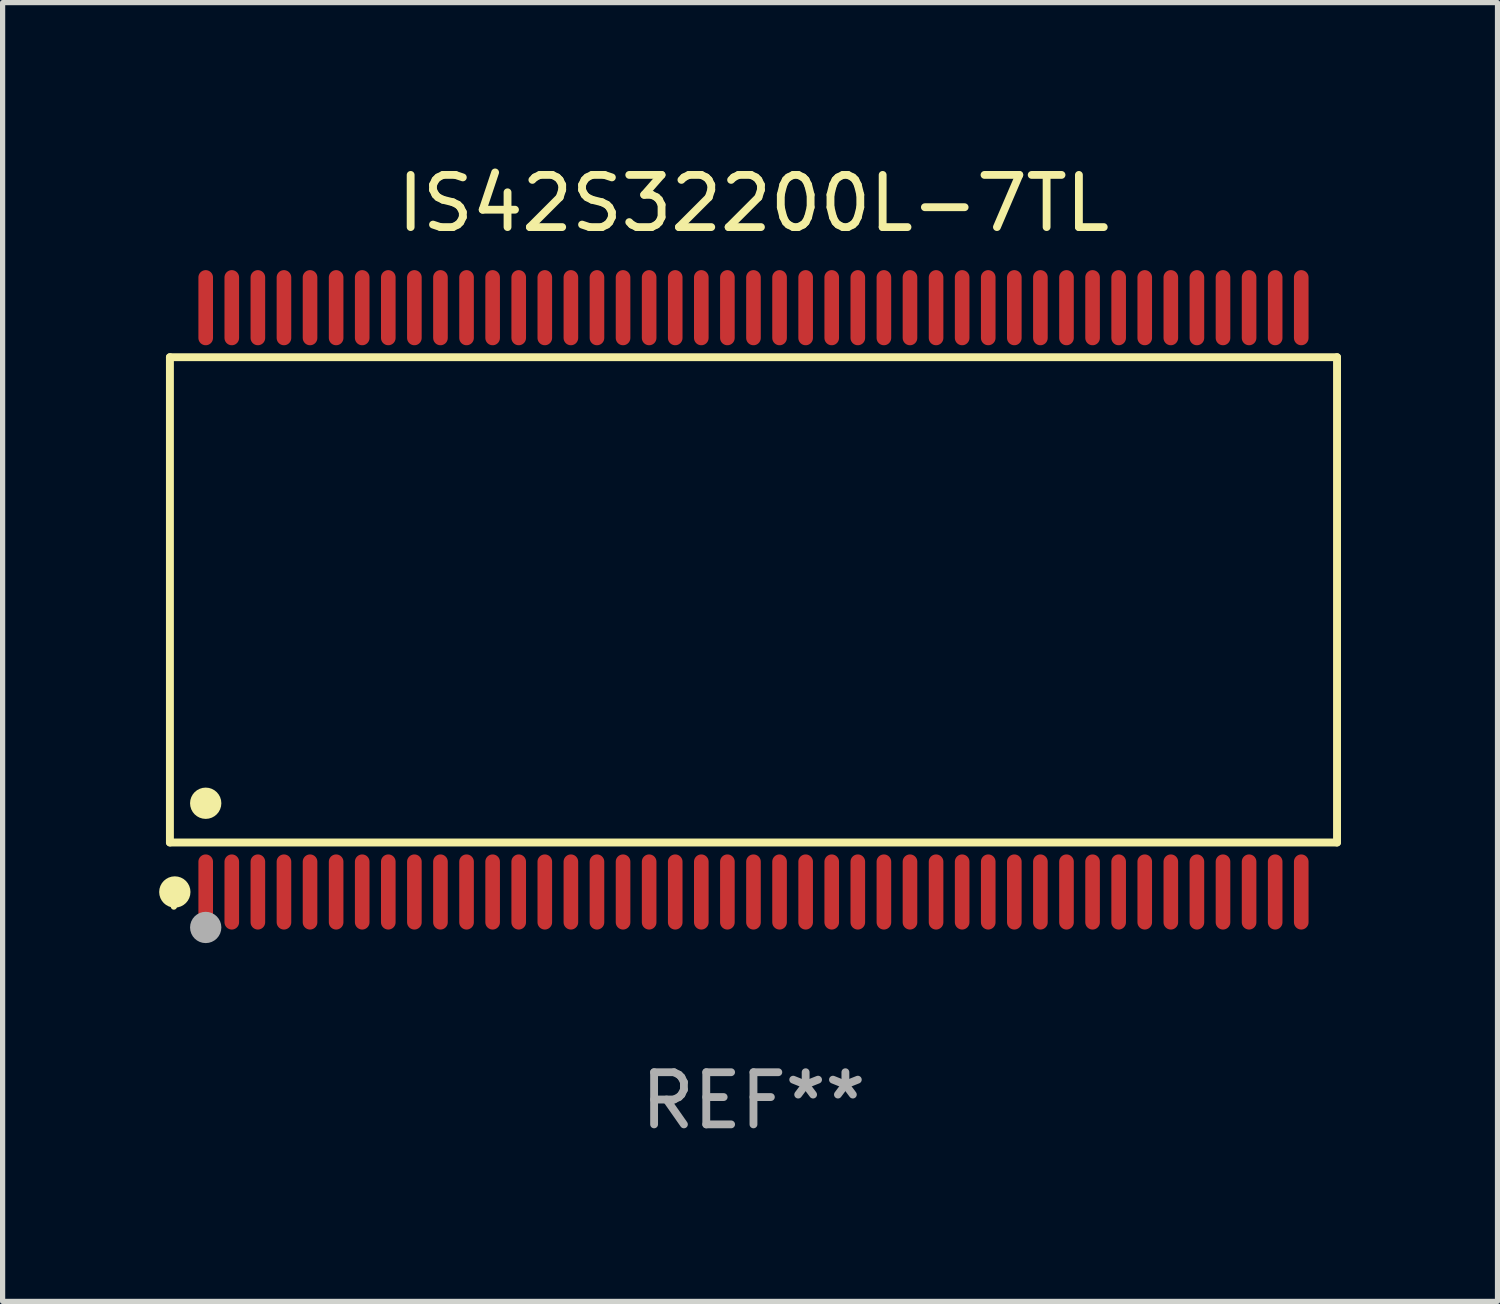
<source format=kicad_pcb>
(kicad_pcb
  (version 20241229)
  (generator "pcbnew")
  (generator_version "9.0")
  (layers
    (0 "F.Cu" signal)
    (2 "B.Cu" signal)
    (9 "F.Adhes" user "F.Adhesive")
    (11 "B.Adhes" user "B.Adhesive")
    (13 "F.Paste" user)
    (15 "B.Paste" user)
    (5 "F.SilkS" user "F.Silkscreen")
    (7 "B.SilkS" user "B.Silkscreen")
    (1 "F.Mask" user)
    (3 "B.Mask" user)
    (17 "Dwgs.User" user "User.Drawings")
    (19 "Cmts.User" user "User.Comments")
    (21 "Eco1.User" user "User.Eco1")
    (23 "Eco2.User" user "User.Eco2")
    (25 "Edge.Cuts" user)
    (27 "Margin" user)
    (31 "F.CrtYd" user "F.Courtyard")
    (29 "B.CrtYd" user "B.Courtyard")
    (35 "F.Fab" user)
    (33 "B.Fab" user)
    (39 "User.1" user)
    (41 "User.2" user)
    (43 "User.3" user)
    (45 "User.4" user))
  (footprint "IS42S32200L-7TL"
    (layer "F.Cu")
    (at 11.393 8.448)
    (property "Reference" "IS42S32200L-7TL" (at 0 -7.6 0) (layer "F.SilkS") (effects (font (size 1 1) (thickness 0.15))))
    (attr through_hole)
    (fp_line (start -11.186 -4.651) (end 11.186 -4.651) (stroke (width 0.152) (type solid)) (layer "F.SilkS"))
    (fp_line (start -11.186 4.651) (end -11.186 -4.651) (stroke (width 0.152) (type solid)) (layer "F.SilkS"))
    (fp_line (start 11.186 -4.651) (end 11.186 4.651) (stroke (width 0.152) (type solid)) (layer "F.SilkS"))
    (fp_line (start 11.186 4.651) (end -11.186 4.651) (stroke (width 0.152) (type solid)) (layer "F.SilkS"))
    (fp_circle (center -11.11 5.88) (end -11.08 5.88) (stroke (width 0.06) (type solid)) (fill no) (layer "F.SilkS"))
    (fp_circle (center -11.092 5.6) (end -10.942 5.6) (stroke (width 0.3) (type solid)) (fill no) (layer "F.SilkS"))
    (fp_circle (center -10.5 3.899) (end -10.35 3.899) (stroke (width 0.3) (type solid)) (fill no) (layer "F.SilkS"))
    (fp_circle (center -10.5 6.28) (end -10.35 6.28) (stroke (width 0.3) (type solid)) (fill no) (layer "F.Fab"))
    (fp_text user "REF**" (at 0 9.6 0) (layer "F.Fab") (effects (font (size 1 1) (thickness 0.15))))
    (pad "1" smd oval (at -10.5 5.6) (size 0.28 1.44) (layers "F.Cu" "F.Mask" "F.Paste"))
    (pad "2" smd oval (at -10 5.6) (size 0.28 1.44) (layers "F.Cu" "F.Mask" "F.Paste"))
    (pad "3" smd oval (at -9.5 5.6) (size 0.28 1.44) (layers "F.Cu" "F.Mask" "F.Paste"))
    (pad "4" smd oval (at -9 5.6) (size 0.28 1.44) (layers "F.Cu" "F.Mask" "F.Paste"))
    (pad "5" smd oval (at -8.5 5.6) (size 0.28 1.44) (layers "F.Cu" "F.Mask" "F.Paste"))
    (pad "6" smd oval (at -8 5.6) (size 0.28 1.44) (layers "F.Cu" "F.Mask" "F.Paste"))
    (pad "7" smd oval (at -7.5 5.6) (size 0.28 1.44) (layers "F.Cu" "F.Mask" "F.Paste"))
    (pad "8" smd oval (at -7 5.6) (size 0.28 1.44) (layers "F.Cu" "F.Mask" "F.Paste"))
    (pad "9" smd oval (at -6.5 5.6) (size 0.28 1.44) (layers "F.Cu" "F.Mask" "F.Paste"))
    (pad "10" smd oval (at -6 5.6) (size 0.28 1.44) (layers "F.Cu" "F.Mask" "F.Paste"))
    (pad "11" smd oval (at -5.5 5.6) (size 0.28 1.44) (layers "F.Cu" "F.Mask" "F.Paste"))
    (pad "12" smd oval (at -5 5.6) (size 0.28 1.44) (layers "F.Cu" "F.Mask" "F.Paste"))
    (pad "13" smd oval (at -4.5 5.6) (size 0.28 1.44) (layers "F.Cu" "F.Mask" "F.Paste"))
    (pad "14" smd oval (at -4 5.6) (size 0.28 1.44) (layers "F.Cu" "F.Mask" "F.Paste"))
    (pad "15" smd oval (at -3.5 5.6) (size 0.28 1.44) (layers "F.Cu" "F.Mask" "F.Paste"))
    (pad "16" smd oval (at -3 5.6) (size 0.28 1.44) (layers "F.Cu" "F.Mask" "F.Paste"))
    (pad "17" smd oval (at -2.5 5.6) (size 0.28 1.44) (layers "F.Cu" "F.Mask" "F.Paste"))
    (pad "18" smd oval (at -2 5.6) (size 0.28 1.44) (layers "F.Cu" "F.Mask" "F.Paste"))
    (pad "19" smd oval (at -1.5 5.6) (size 0.28 1.44) (layers "F.Cu" "F.Mask" "F.Paste"))
    (pad "20" smd oval (at -1 5.6) (size 0.28 1.44) (layers "F.Cu" "F.Mask" "F.Paste"))
    (pad "21" smd oval (at -0.5 5.6) (size 0.28 1.44) (layers "F.Cu" "F.Mask" "F.Paste"))
    (pad "22" smd oval (at 0 5.6) (size 0.28 1.44) (layers "F.Cu" "F.Mask" "F.Paste"))
    (pad "23" smd oval (at 0.5 5.6) (size 0.28 1.44) (layers "F.Cu" "F.Mask" "F.Paste"))
    (pad "24" smd oval (at 1 5.6) (size 0.28 1.44) (layers "F.Cu" "F.Mask" "F.Paste"))
    (pad "25" smd oval (at 1.5 5.6) (size 0.28 1.44) (layers "F.Cu" "F.Mask" "F.Paste"))
    (pad "26" smd oval (at 2 5.6) (size 0.28 1.44) (layers "F.Cu" "F.Mask" "F.Paste"))
    (pad "27" smd oval (at 2.5 5.6) (size 0.28 1.44) (layers "F.Cu" "F.Mask" "F.Paste"))
    (pad "28" smd oval (at 3 5.6) (size 0.28 1.44) (layers "F.Cu" "F.Mask" "F.Paste"))
    (pad "29" smd oval (at 3.5 5.6) (size 0.28 1.44) (layers "F.Cu" "F.Mask" "F.Paste"))
    (pad "30" smd oval (at 4 5.6) (size 0.28 1.44) (layers "F.Cu" "F.Mask" "F.Paste"))
    (pad "31" smd oval (at 4.5 5.6) (size 0.28 1.44) (layers "F.Cu" "F.Mask" "F.Paste"))
    (pad "32" smd oval (at 5 5.6) (size 0.28 1.44) (layers "F.Cu" "F.Mask" "F.Paste"))
    (pad "33" smd oval (at 5.5 5.6) (size 0.28 1.44) (layers "F.Cu" "F.Mask" "F.Paste"))
    (pad "34" smd oval (at 6 5.6) (size 0.28 1.44) (layers "F.Cu" "F.Mask" "F.Paste"))
    (pad "35" smd oval (at 6.5 5.6) (size 0.28 1.44) (layers "F.Cu" "F.Mask" "F.Paste"))
    (pad "36" smd oval (at 7 5.6) (size 0.28 1.44) (layers "F.Cu" "F.Mask" "F.Paste"))
    (pad "37" smd oval (at 7.5 5.6) (size 0.28 1.44) (layers "F.Cu" "F.Mask" "F.Paste"))
    (pad "38" smd oval (at 8 5.6) (size 0.28 1.44) (layers "F.Cu" "F.Mask" "F.Paste"))
    (pad "39" smd oval (at 8.5 5.6) (size 0.28 1.44) (layers "F.Cu" "F.Mask" "F.Paste"))
    (pad "40" smd oval (at 9 5.6) (size 0.28 1.44) (layers "F.Cu" "F.Mask" "F.Paste"))
    (pad "41" smd oval (at 9.5 5.6) (size 0.28 1.44) (layers "F.Cu" "F.Mask" "F.Paste"))
    (pad "42" smd oval (at 10 5.6) (size 0.28 1.44) (layers "F.Cu" "F.Mask" "F.Paste"))
    (pad "43" smd oval (at 10.5 5.6) (size 0.28 1.44) (layers "F.Cu" "F.Mask" "F.Paste"))
    (pad "44" smd oval (at 10.5 -5.6) (size 0.28 1.44) (layers "F.Cu" "F.Mask" "F.Paste"))
    (pad "45" smd oval (at 10 -5.6) (size 0.28 1.44) (layers "F.Cu" "F.Mask" "F.Paste"))
    (pad "46" smd oval (at 9.5 -5.6) (size 0.28 1.44) (layers "F.Cu" "F.Mask" "F.Paste"))
    (pad "47" smd oval (at 9 -5.6) (size 0.28 1.44) (layers "F.Cu" "F.Mask" "F.Paste"))
    (pad "48" smd oval (at 8.5 -5.6) (size 0.28 1.44) (layers "F.Cu" "F.Mask" "F.Paste"))
    (pad "49" smd oval (at 8 -5.6) (size 0.28 1.44) (layers "F.Cu" "F.Mask" "F.Paste"))
    (pad "50" smd oval (at 7.5 -5.6) (size 0.28 1.44) (layers "F.Cu" "F.Mask" "F.Paste"))
    (pad "51" smd oval (at 7 -5.6) (size 0.28 1.44) (layers "F.Cu" "F.Mask" "F.Paste"))
    (pad "52" smd oval (at 6.5 -5.6) (size 0.28 1.44) (layers "F.Cu" "F.Mask" "F.Paste"))
    (pad "53" smd oval (at 6 -5.6) (size 0.28 1.44) (layers "F.Cu" "F.Mask" "F.Paste"))
    (pad "54" smd oval (at 5.5 -5.6) (size 0.28 1.44) (layers "F.Cu" "F.Mask" "F.Paste"))
    (pad "55" smd oval (at 5 -5.6) (size 0.28 1.44) (layers "F.Cu" "F.Mask" "F.Paste"))
    (pad "56" smd oval (at 4.5 -5.6) (size 0.28 1.44) (layers "F.Cu" "F.Mask" "F.Paste"))
    (pad "57" smd oval (at 4 -5.6) (size 0.28 1.44) (layers "F.Cu" "F.Mask" "F.Paste"))
    (pad "58" smd oval (at 3.5 -5.6) (size 0.28 1.44) (layers "F.Cu" "F.Mask" "F.Paste"))
    (pad "59" smd oval (at 3 -5.6) (size 0.28 1.44) (layers "F.Cu" "F.Mask" "F.Paste"))
    (pad "60" smd oval (at 2.5 -5.6) (size 0.28 1.44) (layers "F.Cu" "F.Mask" "F.Paste"))
    (pad "61" smd oval (at 2 -5.6) (size 0.28 1.44) (layers "F.Cu" "F.Mask" "F.Paste"))
    (pad "62" smd oval (at 1.5 -5.6) (size 0.28 1.44) (layers "F.Cu" "F.Mask" "F.Paste"))
    (pad "63" smd oval (at 1 -5.6) (size 0.28 1.44) (layers "F.Cu" "F.Mask" "F.Paste"))
    (pad "64" smd oval (at 0.5 -5.6) (size 0.28 1.44) (layers "F.Cu" "F.Mask" "F.Paste"))
    (pad "65" smd oval (at 0 -5.6) (size 0.28 1.44) (layers "F.Cu" "F.Mask" "F.Paste"))
    (pad "66" smd oval (at -0.5 -5.6) (size 0.28 1.44) (layers "F.Cu" "F.Mask" "F.Paste"))
    (pad "67" smd oval (at -1 -5.6) (size 0.28 1.44) (layers "F.Cu" "F.Mask" "F.Paste"))
    (pad "68" smd oval (at -1.5 -5.6) (size 0.28 1.44) (layers "F.Cu" "F.Mask" "F.Paste"))
    (pad "69" smd oval (at -2 -5.6) (size 0.28 1.44) (layers "F.Cu" "F.Mask" "F.Paste"))
    (pad "70" smd oval (at -2.5 -5.6) (size 0.28 1.44) (layers "F.Cu" "F.Mask" "F.Paste"))
    (pad "71" smd oval (at -3 -5.6) (size 0.28 1.44) (layers "F.Cu" "F.Mask" "F.Paste"))
    (pad "72" smd oval (at -3.5 -5.6) (size 0.28 1.44) (layers "F.Cu" "F.Mask" "F.Paste"))
    (pad "73" smd oval (at -4 -5.6) (size 0.28 1.44) (layers "F.Cu" "F.Mask" "F.Paste"))
    (pad "74" smd oval (at -4.5 -5.6) (size 0.28 1.44) (layers "F.Cu" "F.Mask" "F.Paste"))
    (pad "75" smd oval (at -5 -5.6) (size 0.28 1.44) (layers "F.Cu" "F.Mask" "F.Paste"))
    (pad "76" smd oval (at -5.5 -5.6) (size 0.28 1.44) (layers "F.Cu" "F.Mask" "F.Paste"))
    (pad "77" smd oval (at -6 -5.6) (size 0.28 1.44) (layers "F.Cu" "F.Mask" "F.Paste"))
    (pad "78" smd oval (at -6.5 -5.6) (size 0.28 1.44) (layers "F.Cu" "F.Mask" "F.Paste"))
    (pad "79" smd oval (at -7 -5.6) (size 0.28 1.44) (layers "F.Cu" "F.Mask" "F.Paste"))
    (pad "80" smd oval (at -7.5 -5.6) (size 0.28 1.44) (layers "F.Cu" "F.Mask" "F.Paste"))
    (pad "81" smd oval (at -8 -5.6) (size 0.28 1.44) (layers "F.Cu" "F.Mask" "F.Paste"))
    (pad "82" smd oval (at -8.5 -5.6) (size 0.28 1.44) (layers "F.Cu" "F.Mask" "F.Paste"))
    (pad "83" smd oval (at -9 -5.6) (size 0.28 1.44) (layers "F.Cu" "F.Mask" "F.Paste"))
    (pad "84" smd oval (at -9.5 -5.6) (size 0.28 1.44) (layers "F.Cu" "F.Mask" "F.Paste"))
    (pad "85" smd oval (at -10 -5.6) (size 0.28 1.44) (layers "F.Cu" "F.Mask" "F.Paste"))
    (pad "86" smd oval (at -10.5 -5.6) (size 0.28 1.44) (layers "F.Cu" "F.Mask" "F.Paste")))
  (gr_rect
    (start -3 -3)
    (end 25.655 21.896)
    (stroke (width 0.1) (type default))
    (fill no)
    (layer "Edge.Cuts")))
</source>
